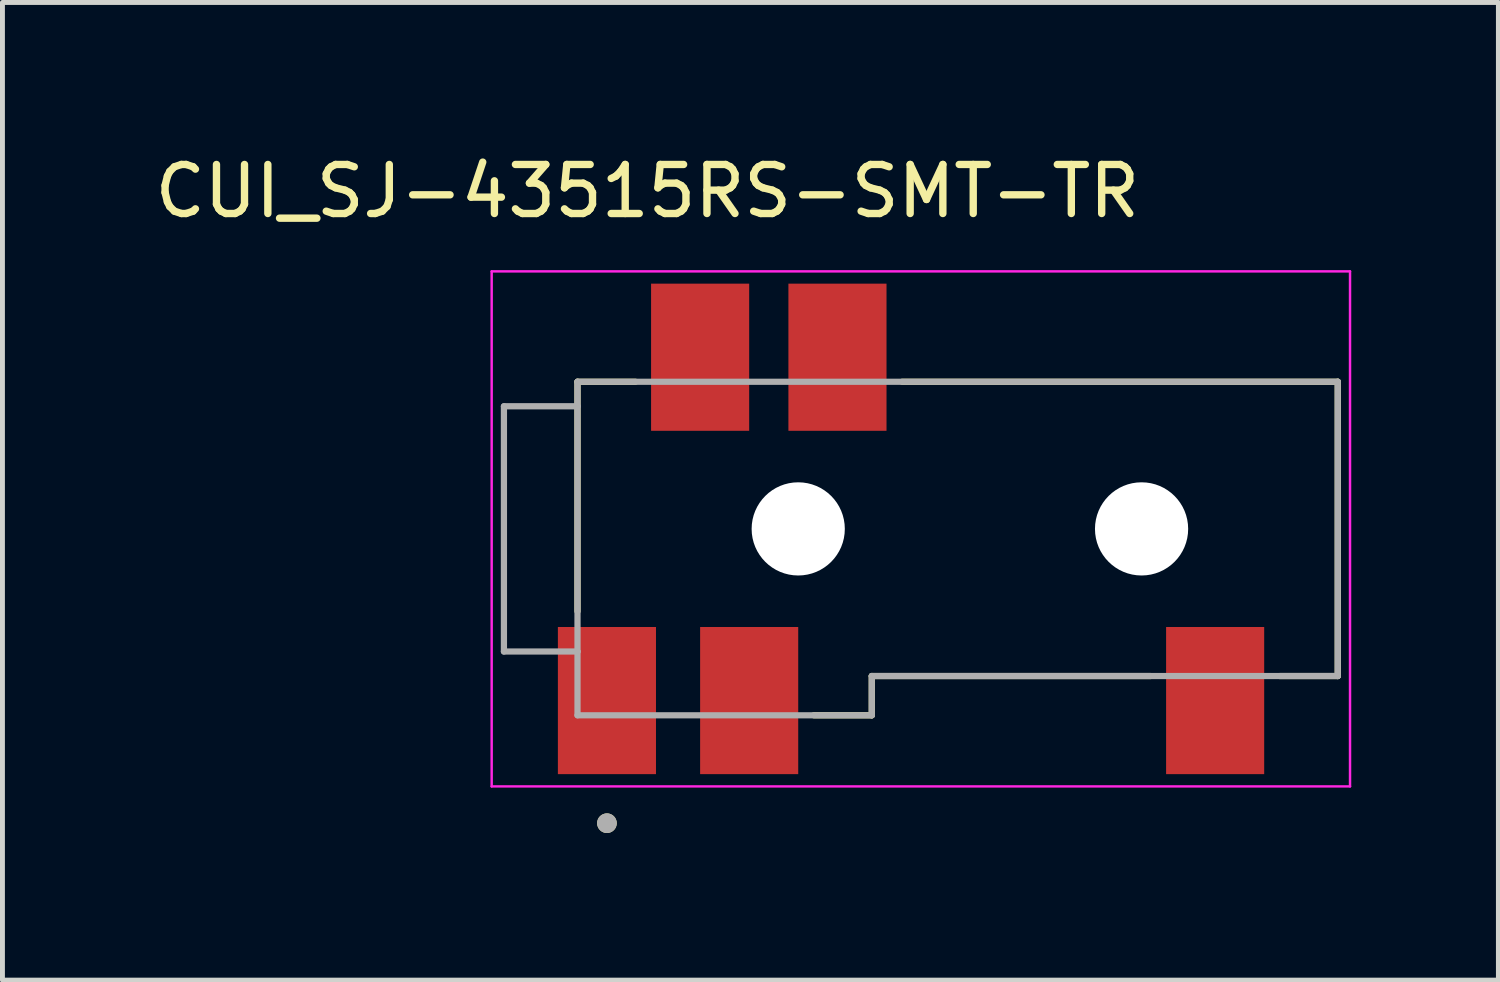
<source format=kicad_pcb>
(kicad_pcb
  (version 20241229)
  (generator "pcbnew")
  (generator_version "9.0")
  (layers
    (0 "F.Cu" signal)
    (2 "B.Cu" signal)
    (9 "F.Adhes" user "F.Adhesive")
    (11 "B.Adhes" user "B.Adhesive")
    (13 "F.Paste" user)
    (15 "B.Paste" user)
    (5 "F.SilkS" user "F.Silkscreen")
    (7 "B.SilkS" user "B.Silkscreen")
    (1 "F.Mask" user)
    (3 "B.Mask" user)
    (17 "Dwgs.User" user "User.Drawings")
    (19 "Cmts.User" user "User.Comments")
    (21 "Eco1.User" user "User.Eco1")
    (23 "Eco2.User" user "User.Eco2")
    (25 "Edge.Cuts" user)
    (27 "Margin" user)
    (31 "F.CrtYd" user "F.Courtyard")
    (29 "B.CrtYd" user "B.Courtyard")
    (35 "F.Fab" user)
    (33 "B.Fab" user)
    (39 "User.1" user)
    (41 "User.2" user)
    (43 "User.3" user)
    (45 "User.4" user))
  (footprint "CUI_SJ-43515RS-SMT-TR"
    (layer "F.Cu")
    (at 9.324 11.233)
    (property "Reference" "CUI_SJ-43515RS-SMT-TR" (at 0.825 -10.385 0) (layer "F.SilkS") (effects (font (size 1 1) (thickness 0.15))))
    (attr smd)
    (fp_line (start -0.6 -6.5) (end -0.6 -1.82) (stroke (width 0.127) (type solid)) (layer "F.SilkS"))
    (fp_line (start 0.58 -6.5) (end -0.6 -6.5) (stroke (width 0.127) (type solid)) (layer "F.SilkS"))
    (fp_line (start 4.22 0.3) (end 5.4 0.3) (stroke (width 0.127) (type solid)) (layer "F.SilkS"))
    (fp_line (start 5.4 -0.5) (end 11.08 -0.5) (stroke (width 0.127) (type solid)) (layer "F.SilkS"))
    (fp_line (start 5.4 0.3) (end 5.4 -0.5) (stroke (width 0.127) (type solid)) (layer "F.SilkS"))
    (fp_line (start 13.72 -0.5) (end 14.9 -0.5) (stroke (width 0.127) (type solid)) (layer "F.SilkS"))
    (fp_line (start 14.9 -6.5) (end 6.02 -6.5) (stroke (width 0.127) (type solid)) (layer "F.SilkS"))
    (fp_line (start 14.9 -0.5) (end 14.9 -6.5) (stroke (width 0.127) (type solid)) (layer "F.SilkS"))
    (fp_circle (center 0 2.5) (end 0.1 2.5) (stroke (width 0.2) (type solid)) (fill no) (layer "F.SilkS"))
    (fp_line (start -2.35 -8.75) (end -2.35 1.75) (stroke (width 0.05) (type solid)) (layer "F.CrtYd"))
    (fp_line (start -2.35 1.75) (end 15.15 1.75) (stroke (width 0.05) (type solid)) (layer "F.CrtYd"))
    (fp_line (start 15.15 -8.75) (end -2.35 -8.75) (stroke (width 0.05) (type solid)) (layer "F.CrtYd"))
    (fp_line (start 15.15 1.75) (end 15.15 -8.75) (stroke (width 0.05) (type solid)) (layer "F.CrtYd"))
    (fp_line (start -2.1 -6) (end -2.1 -1) (stroke (width 0.127) (type solid)) (layer "F.Fab"))
    (fp_line (start -2.1 -1) (end -0.6 -1) (stroke (width 0.127) (type solid)) (layer "F.Fab"))
    (fp_line (start -0.6 -6.5) (end -0.6 -6) (stroke (width 0.127) (type solid)) (layer "F.Fab"))
    (fp_line (start -0.6 -6) (end -2.1 -6) (stroke (width 0.127) (type solid)) (layer "F.Fab"))
    (fp_line (start -0.6 -6) (end -0.6 -1) (stroke (width 0.127) (type solid)) (layer "F.Fab"))
    (fp_line (start -0.6 -1) (end -0.6 0.3) (stroke (width 0.127) (type solid)) (layer "F.Fab"))
    (fp_line (start -0.6 0.3) (end 5.4 0.3) (stroke (width 0.127) (type solid)) (layer "F.Fab"))
    (fp_line (start 5.4 -0.5) (end 14.9 -0.5) (stroke (width 0.127) (type solid)) (layer "F.Fab"))
    (fp_line (start 5.4 0.3) (end 5.4 -0.5) (stroke (width 0.127) (type solid)) (layer "F.Fab"))
    (fp_line (start 14.9 -6.5) (end -0.6 -6.5) (stroke (width 0.127) (type solid)) (layer "F.Fab"))
    (fp_line (start 14.9 -0.5) (end 14.9 -6.5) (stroke (width 0.127) (type solid)) (layer "F.Fab"))
    (fp_circle (center 0 2.5) (end 0.1 2.5) (stroke (width 0.2) (type solid)) (fill no) (layer "F.Fab"))
    (pad "" np_thru_hole circle (at 3.9 -3.5) (size 1.9 1.9) (drill 1.9) (layers "*.Cu" "*.Mask"))
    (pad "" np_thru_hole circle (at 10.9 -3.5) (size 1.9 1.9) (drill 1.9) (layers "*.Cu" "*.Mask"))
    (pad "1" smd rect (at 0 0) (size 2 3) (layers "F.Cu" "F.Mask" "F.Paste"))
    (pad "2" smd rect (at 12.4 0) (size 2 3) (layers "F.Cu" "F.Mask" "F.Paste"))
    (pad "3" smd rect (at 4.7 -7) (size 2 3) (layers "F.Cu" "F.Mask" "F.Paste"))
    (pad "4" smd rect (at 2.9 0) (size 2 3) (layers "F.Cu" "F.Mask" "F.Paste"))
    (pad "6" smd rect (at 1.9 -7) (size 2 3) (layers "F.Cu" "F.Mask" "F.Paste")))
  (gr_rect
    (start -3 -3)
    (end 27.499 16.933)
    (stroke (width 0.1) (type default))
    (fill no)
    (layer "Edge.Cuts")))
</source>
